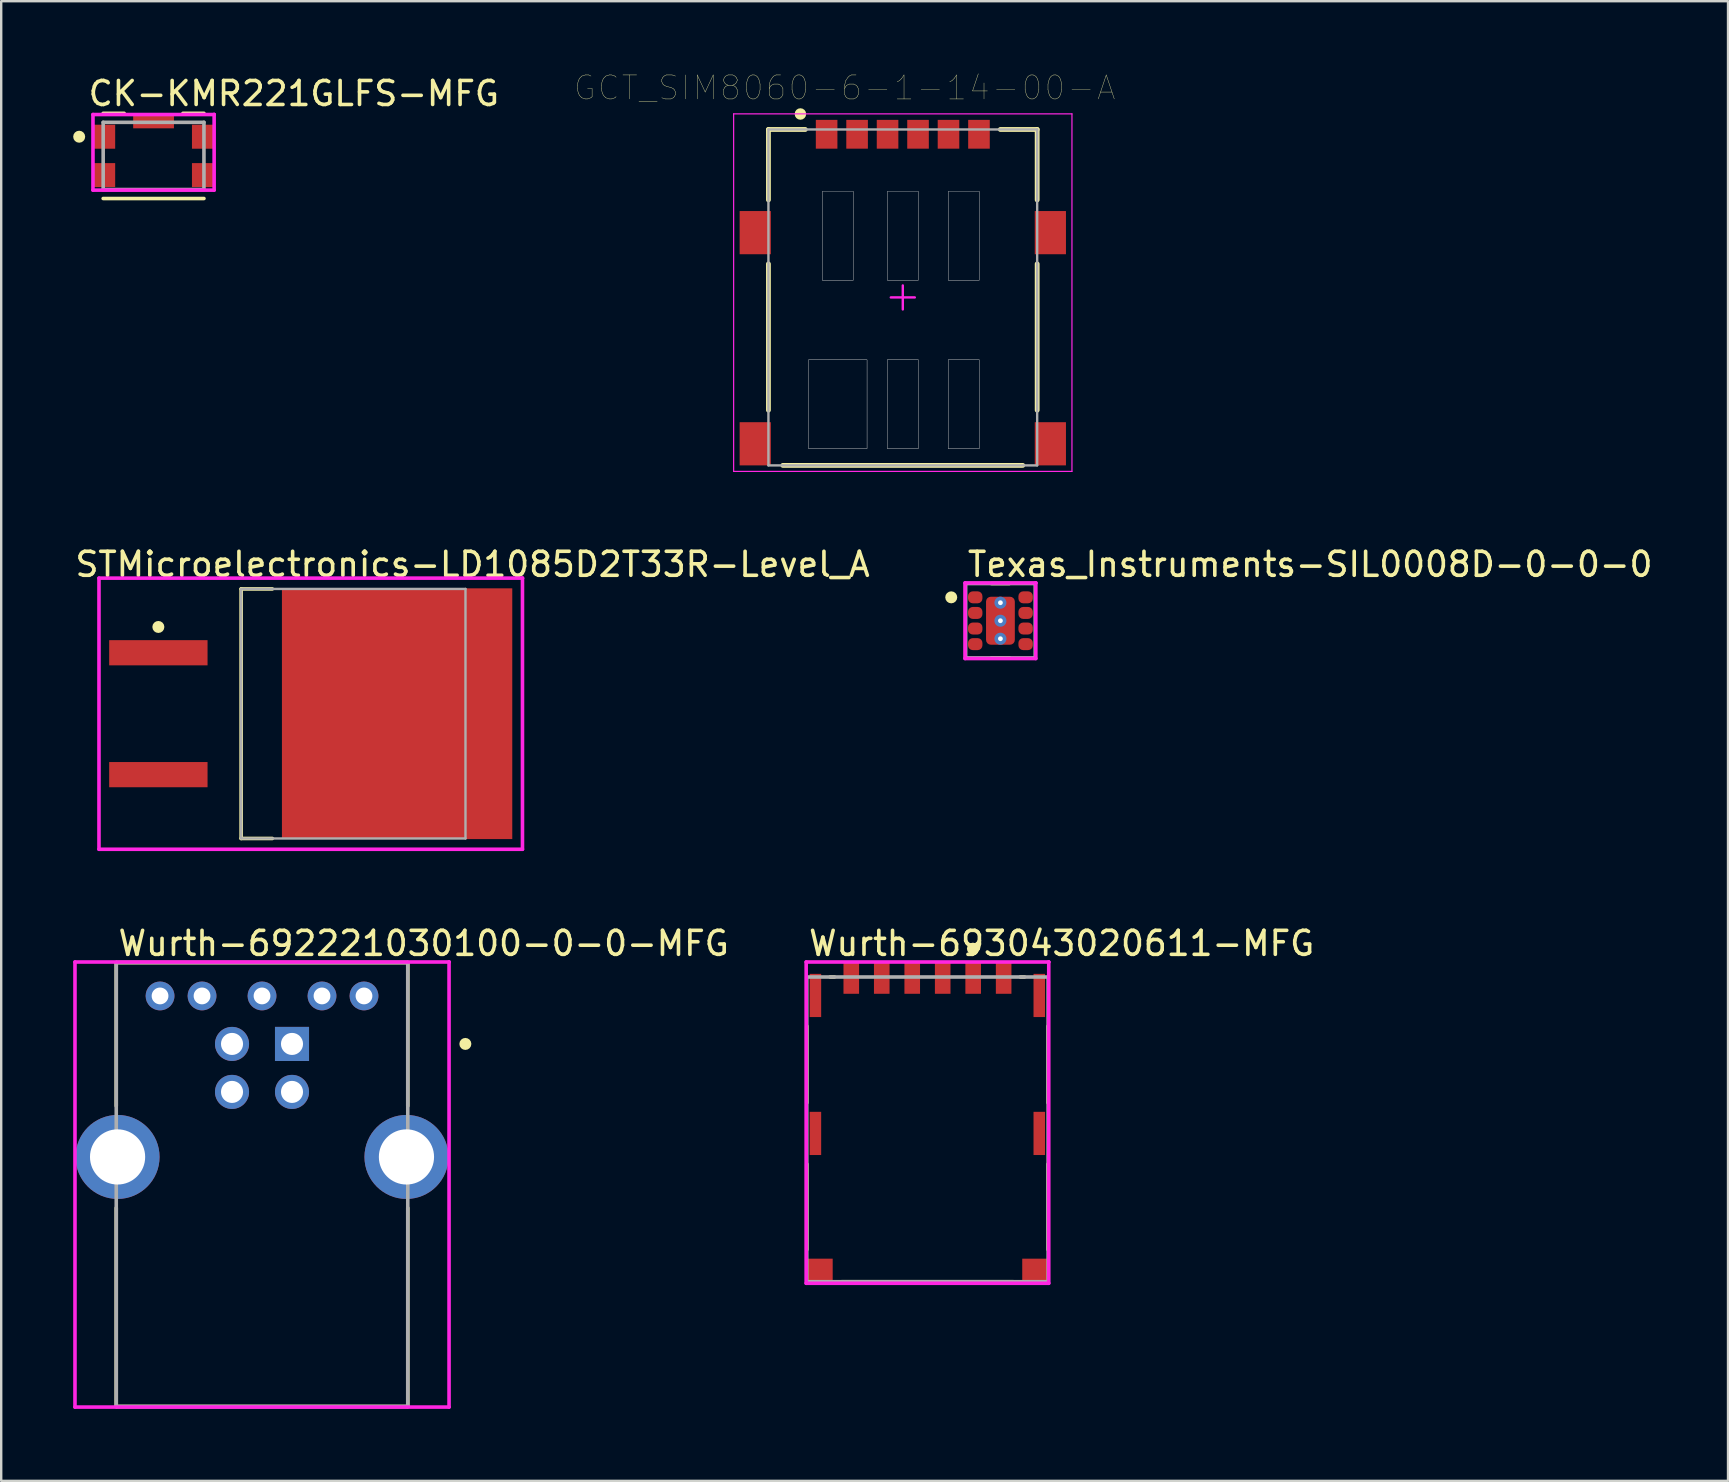
<source format=kicad_pcb>
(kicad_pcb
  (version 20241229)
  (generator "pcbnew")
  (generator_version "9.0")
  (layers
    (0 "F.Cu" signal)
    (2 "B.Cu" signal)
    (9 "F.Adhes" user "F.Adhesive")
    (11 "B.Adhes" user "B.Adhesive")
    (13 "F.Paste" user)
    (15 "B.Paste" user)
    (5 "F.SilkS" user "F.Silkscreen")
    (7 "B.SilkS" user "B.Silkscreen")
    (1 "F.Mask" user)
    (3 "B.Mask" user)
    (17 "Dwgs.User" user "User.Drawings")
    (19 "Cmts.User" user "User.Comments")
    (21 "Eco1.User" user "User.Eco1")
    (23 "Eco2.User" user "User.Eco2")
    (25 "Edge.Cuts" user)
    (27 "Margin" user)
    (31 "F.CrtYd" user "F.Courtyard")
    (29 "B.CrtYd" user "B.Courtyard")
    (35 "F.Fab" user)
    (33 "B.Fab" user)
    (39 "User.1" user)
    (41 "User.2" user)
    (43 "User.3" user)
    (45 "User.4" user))
  (footprint "GCT_SIM8060-6-1-14-00-A"
    (layer "F.Cu")
    (at 34.576 9.346)
    (property "Reference" "GCT_SIM8060-6-1-14-00-A" (at -2.425 -8.735 0) (layer "F.SilkS") (effects (font (size 1 1) (thickness 0.015))))
    (attr through_hole)
    (fp_line (start -5.6 -7) (end -4.064 -7) (stroke (width 0.2) (type solid)) (layer "F.SilkS"))
    (fp_line (start -5.6 -4.064) (end -5.6 -7) (stroke (width 0.2) (type solid)) (layer "F.SilkS"))
    (fp_line (start -5.6 -1.397) (end -5.6 4.699) (stroke (width 0.2) (type solid)) (layer "F.SilkS"))
    (fp_line (start -5 7) (end 5 7) (stroke (width 0.2) (type solid)) (layer "F.SilkS"))
    (fp_line (start 4.064 -7) (end 5.6 -7) (stroke (width 0.2) (type solid)) (layer "F.SilkS"))
    (fp_line (start 5.6 -7) (end 5.6 -4.064) (stroke (width 0.2) (type solid)) (layer "F.SilkS"))
    (fp_line (start 5.6 4.699) (end 5.6 -1.397) (stroke (width 0.2) (type solid)) (layer "F.SilkS"))
    (fp_circle (center -4.267 -7.645) (end -4.147 -7.645) (stroke (width 0.24) (type solid)) (fill no) (layer "F.SilkS"))
    (fp_poly (pts (xy -3.93 2.6) (xy -1.49 2.6) (xy -1.49 6.3) (xy -3.93 6.3)) (stroke (width 0.01) (type solid)) (fill no) (layer "Dwgs.User"))
    (fp_poly (pts (xy -3.93 2.6) (xy -1.49 2.6) (xy -1.49 6.3) (xy -3.93 6.3)) (stroke (width 0.01) (type solid)) (fill no) (layer "Dwgs.User"))
    (fp_poly (pts (xy -3.36 -4.42) (xy -2.06 -4.42) (xy -2.06 -0.72) (xy -3.36 -0.72)) (stroke (width 0.01) (type solid)) (fill no) (layer "Dwgs.User"))
    (fp_poly (pts (xy -3.36 -4.42) (xy -2.06 -4.42) (xy -2.06 -0.72) (xy -3.36 -0.72)) (stroke (width 0.01) (type solid)) (fill no) (layer "Dwgs.User"))
    (fp_poly (pts (xy -0.65 -4.42) (xy 0.65 -4.42) (xy 0.65 -0.72) (xy -0.65 -0.72)) (stroke (width 0.01) (type solid)) (fill no) (layer "Dwgs.User"))
    (fp_poly (pts (xy -0.65 -4.42) (xy 0.65 -4.42) (xy 0.65 -0.72) (xy -0.65 -0.72)) (stroke (width 0.01) (type solid)) (fill no) (layer "Dwgs.User"))
    (fp_poly (pts (xy -0.65 2.6) (xy 0.65 2.6) (xy 0.65 6.3) (xy -0.65 6.3)) (stroke (width 0.01) (type solid)) (fill no) (layer "Dwgs.User"))
    (fp_poly (pts (xy -0.65 2.6) (xy 0.65 2.6) (xy 0.65 6.3) (xy -0.65 6.3)) (stroke (width 0.01) (type solid)) (fill no) (layer "Dwgs.User"))
    (fp_poly (pts (xy 1.89 -4.42) (xy 3.19 -4.42) (xy 3.19 -0.72) (xy 1.89 -0.72)) (stroke (width 0.01) (type solid)) (fill no) (layer "Dwgs.User"))
    (fp_poly (pts (xy 1.89 -4.42) (xy 3.19 -4.42) (xy 3.19 -0.72) (xy 1.89 -0.72)) (stroke (width 0.01) (type solid)) (fill no) (layer "Dwgs.User"))
    (fp_poly (pts (xy 1.89 2.6) (xy 3.19 2.6) (xy 3.19 6.3) (xy 1.89 6.3)) (stroke (width 0.01) (type solid)) (fill no) (layer "Dwgs.User"))
    (fp_poly (pts (xy 1.89 2.6) (xy 3.19 2.6) (xy 3.19 6.3) (xy 1.89 6.3)) (stroke (width 0.01) (type solid)) (fill no) (layer "Dwgs.User"))
    (fp_line (start -7.05 -7.65) (end 7.05 -7.65) (stroke (width 0.05) (type solid)) (layer "F.CrtYd"))
    (fp_line (start -7.05 7.25) (end -7.05 -7.65) (stroke (width 0.05) (type solid)) (layer "F.CrtYd"))
    (fp_line (start -0.5 0) (end 0.5 0) (stroke (width 0.1) (type solid)) (layer "F.CrtYd"))
    (fp_line (start 0 -0.5) (end 0 0.5) (stroke (width 0.1) (type solid)) (layer "F.CrtYd"))
    (fp_line (start 7.05 -7.65) (end 7.05 7.25) (stroke (width 0.05) (type solid)) (layer "F.CrtYd"))
    (fp_line (start 7.05 7.25) (end -7.05 7.25) (stroke (width 0.05) (type solid)) (layer "F.CrtYd"))
    (fp_line (start -5.6 -7) (end 5.6 -7) (stroke (width 0.1) (type solid)) (layer "F.Fab"))
    (fp_line (start -5.6 7) (end -5.6 -7) (stroke (width 0.1) (type solid)) (layer "F.Fab"))
    (fp_line (start 5.6 -7) (end 5.6 7) (stroke (width 0.1) (type solid)) (layer "F.Fab"))
    (fp_line (start 5.6 7) (end -5.6 7) (stroke (width 0.1) (type solid)) (layer "F.Fab"))
    (pad "C1" smd rect (at -3.175 -6.8) (size 0.9 1.2) (layers "F.Cu" "F.Mask" "F.Paste"))
    (pad "C2" smd rect (at -0.635 -6.8) (size 0.9 1.2) (layers "F.Cu" "F.Mask" "F.Paste"))
    (pad "C3" smd rect (at 1.905 -6.8) (size 0.9 1.2) (layers "F.Cu" "F.Mask" "F.Paste"))
    (pad "C5" smd rect (at -1.905 -6.8) (size 0.9 1.2) (layers "F.Cu" "F.Mask" "F.Paste"))
    (pad "C6" smd rect (at 0.635 -6.8) (size 0.9 1.2) (layers "F.Cu" "F.Mask" "F.Paste"))
    (pad "C7" smd rect (at 3.175 -6.8) (size 0.9 1.2) (layers "F.Cu" "F.Mask" "F.Paste"))
    (pad "S1" smd rect (at -6.15 -2.7) (size 1.3 1.8) (layers "F.Cu" "F.Mask" "F.Paste"))
    (pad "S2" smd rect (at 6.15 -2.7) (size 1.3 1.8) (layers "F.Cu" "F.Mask" "F.Paste"))
    (pad "S3" smd rect (at 6.15 6.1) (size 1.3 1.8) (layers "F.Cu" "F.Mask" "F.Paste"))
    (pad "SW" smd rect (at -6.15 6.1) (size 1.3 1.8) (layers "F.Cu" "F.Mask" "F.Paste")))
  (footprint "Wurth-693043020611-MFG"
    (layer "F.Cu")
    (at 35.604 44.018)
    (property "Reference" "Wurth-693043020611-MFG" (at -5.03 -7.75 0) (layer "F.SilkS") (effects (font (size 1 1) (thickness 0.15)) (justify left)))
    (attr through_hole)
    (fp_line (start -5.03 -1.105) (end -5.03 -4.305) (stroke (width 0.15) (type solid)) (layer "F.SilkS"))
    (fp_line (start -5.03 5.015) (end -5.03 1.445) (stroke (width 0.15) (type solid)) (layer "F.SilkS"))
    (fp_line (start -4.055 -6.35) (end -3.875 -6.35) (stroke (width 0.15) (type solid)) (layer "F.SilkS"))
    (fp_line (start -3.575 6.35) (end 3.575 6.35) (stroke (width 0.15) (type solid)) (layer "F.SilkS"))
    (fp_line (start 3.875 -6.35) (end 4.045 -6.35) (stroke (width 0.15) (type solid)) (layer "F.SilkS"))
    (fp_line (start 5.03 -1.105) (end 5.03 -4.305) (stroke (width 0.15) (type solid)) (layer "F.SilkS"))
    (fp_line (start 5.03 5.015) (end 5.03 1.445) (stroke (width 0.15) (type solid)) (layer "F.SilkS"))
    (fp_circle (center 1.895 -7.53) (end 2.02 -7.53) (stroke (width 0.25) (type solid)) (fill no) (layer "F.SilkS"))
    (fp_line (start -5.055 -6.975) (end -5.055 6.415) (stroke (width 0.15) (type solid)) (layer "F.CrtYd"))
    (fp_line (start -5.055 6.415) (end 5.055 6.415) (stroke (width 0.15) (type solid)) (layer "F.CrtYd"))
    (fp_line (start 5.055 -6.975) (end -5.055 -6.975) (stroke (width 0.15) (type solid)) (layer "F.CrtYd"))
    (fp_line (start 5.055 -6.975) (end 5.055 -6.975) (stroke (width 0.15) (type solid)) (layer "F.CrtYd"))
    (fp_line (start 5.055 6.415) (end 5.055 -6.975) (stroke (width 0.15) (type solid)) (layer "F.CrtYd"))
    (fp_line (start -5.03 -6.35) (end 5.03 -6.35) (stroke (width 0.15) (type solid)) (layer "F.Fab"))
    (fp_line (start -5.03 6.35) (end -5.03 -6.35) (stroke (width 0.15) (type solid)) (layer "F.Fab"))
    (fp_line (start 5.03 -6.35) (end 5.03 6.35) (stroke (width 0.15) (type solid)) (layer "F.Fab"))
    (fp_line (start 5.03 6.35) (end -5.03 6.35) (stroke (width 0.15) (type solid)) (layer "F.Fab"))
    (pad "1" smd rect (at -4.67 -5.58) (size 0.48 1.8) (layers "F.Cu" "F.Mask" "F.Paste"))
    (pad "2" smd rect (at 4.66 -5.58) (size 0.48 1.8) (layers "F.Cu" "F.Mask" "F.Paste"))
    (pad "3" smd rect (at -4.67 0.17) (size 0.48 1.8) (layers "F.Cu" "F.Mask" "F.Paste"))
    (pad "4" smd rect (at 4.66 0.17) (size 0.48 1.8) (layers "F.Cu" "F.Mask" "F.Paste"))
    (pad "5" smd rect (at -4.465 5.89) (size 1.03 1) (layers "F.Cu" "F.Mask" "F.Paste"))
    (pad "6" smd rect (at 4.465 5.89) (size 1.03 1) (layers "F.Cu" "F.Mask" "F.Paste"))
    (pad "C1" smd rect (at 1.905 -6.3) (size 0.65 1.3) (layers "F.Cu" "F.Mask" "F.Paste"))
    (pad "C2" smd rect (at -0.635 -6.3) (size 0.65 1.3) (layers "F.Cu" "F.Mask" "F.Paste"))
    (pad "C3" smd rect (at -1.905 -6.3) (size 0.65 1.3) (layers "F.Cu" "F.Mask" "F.Paste"))
    (pad "C5" smd rect (at 3.175 -6.3) (size 0.65 1.3) (layers "F.Cu" "F.Mask" "F.Paste"))
    (pad "C6" smd rect (at 0.635 -6.3) (size 0.65 1.3) (layers "F.Cu" "F.Mask" "F.Paste"))
    (pad "C7" smd rect (at -3.175 -6.3) (size 0.65 1.3) (layers "F.Cu" "F.Mask" "F.Paste")))
  (footprint "Wurth-692221030100-0-0-MFG"
    (layer "F.Cu")
    (at 7.87 46.318)
    (property "Reference" "Wurth-692221030100-0-0-MFG" (at -6.075 -10.05 0) (layer "F.SilkS") (effects (font (size 1 1) (thickness 0.15)) (justify left)))
    (attr through_hole)
    (fp_line (start -6.075 -9.25) (end 6.075 -9.25) (stroke (width 0.15) (type solid)) (layer "F.SilkS"))
    (fp_line (start -6.075 -3.275) (end -6.075 -9.25) (stroke (width 0.15) (type solid)) (layer "F.SilkS"))
    (fp_line (start -6.075 9.25) (end -6.075 0.975) (stroke (width 0.15) (type solid)) (layer "F.SilkS"))
    (fp_line (start -6.075 9.25) (end 6.075 9.25) (stroke (width 0.15) (type solid)) (layer "F.SilkS"))
    (fp_line (start 6.075 -3.275) (end 6.075 -9.25) (stroke (width 0.15) (type solid)) (layer "F.SilkS"))
    (fp_line (start 6.075 9.25) (end 6.075 0.975) (stroke (width 0.15) (type solid)) (layer "F.SilkS"))
    (fp_circle (center 8.475 -5.86) (end 8.6 -5.86) (stroke (width 0.25) (type solid)) (fill no) (layer "F.SilkS"))
    (fp_line (start -7.795 -9.275) (end -7.795 9.275) (stroke (width 0.15) (type solid)) (layer "F.CrtYd"))
    (fp_line (start -7.795 9.275) (end 7.795 9.275) (stroke (width 0.15) (type solid)) (layer "F.CrtYd"))
    (fp_line (start 7.795 -9.275) (end -7.795 -9.275) (stroke (width 0.15) (type solid)) (layer "F.CrtYd"))
    (fp_line (start 7.795 -9.275) (end 7.795 -9.275) (stroke (width 0.15) (type solid)) (layer "F.CrtYd"))
    (fp_line (start 7.795 9.275) (end 7.795 -9.275) (stroke (width 0.15) (type solid)) (layer "F.CrtYd"))
    (fp_line (start -6.075 -9.25) (end 6.075 -9.25) (stroke (width 0.15) (type solid)) (layer "F.Fab"))
    (fp_line (start -6.075 9.25) (end -6.075 -9.25) (stroke (width 0.15) (type solid)) (layer "F.Fab"))
    (fp_line (start 6.075 -9.25) (end 6.075 9.25) (stroke (width 0.15) (type solid)) (layer "F.Fab"))
    (fp_line (start 6.075 9.25) (end -6.075 9.25) (stroke (width 0.15) (type solid)) (layer "F.Fab"))
    (pad "1" thru_hole rect (at 1.25 -5.86) (size 1.42 1.42) (drill 0.92) (layers "*.Cu"))
    (pad "2" thru_hole circle (at -1.25 -5.86) (size 1.42 1.42) (drill 0.92) (layers "*.Cu"))
    (pad "3" thru_hole circle (at -1.25 -3.86) (size 1.42 1.42) (drill 0.92) (layers "*.Cu"))
    (pad "4" thru_hole circle (at 1.25 -3.86) (size 1.42 1.42) (drill 0.92) (layers "*.Cu"))
    (pad "5" thru_hole circle (at -4.25 -7.86) (size 1.2 1.2) (drill 0.7) (layers "*.Cu"))
    (pad "6" thru_hole circle (at -2.5 -7.86) (size 1.2 1.2) (drill 0.7) (layers "*.Cu"))
    (pad "7" thru_hole circle (at 0 -7.86) (size 1.2 1.2) (drill 0.7) (layers "*.Cu"))
    (pad "8" thru_hole circle (at 2.5 -7.86) (size 1.2 1.2) (drill 0.7) (layers "*.Cu"))
    (pad "9" thru_hole circle (at 4.25 -7.86) (size 1.2 1.2) (drill 0.7) (layers "*.Cu"))
    (pad "10" thru_hole circle (at -6.02 -1.15) (size 3.5 3.5) (drill 2.3) (layers "*.Cu"))
    (pad "11" thru_hole circle (at 6.02 -1.15) (size 3.5 3.5) (drill 2.3) (layers "*.Cu")))
  (footprint "CK-KMR221GLFS-MFG"
    (layer "F.Cu")
    (at 3.35 3.448)
    (property "Reference" "CK-KMR221GLFS-MFG" (at -2.8 -2.6 0) (layer "F.SilkS") (effects (font (size 1 1) (thickness 0.15)) (justify left)))
    (attr through_hole)
    (fp_line (start -2.1 -1.775) (end -1.225 -1.775) (stroke (width 0.15) (type solid)) (layer "F.SilkS"))
    (fp_line (start -2.1 1.775) (end 2.1 1.775) (stroke (width 0.15) (type solid)) (layer "F.SilkS"))
    (fp_line (start 2.1 -1.775) (end 1.225 -1.775) (stroke (width 0.15) (type solid)) (layer "F.SilkS"))
    (fp_circle (center -3.1 -0.8) (end -2.975 -0.8) (stroke (width 0.25) (type solid)) (fill no) (layer "F.SilkS"))
    (fp_line (start -2.525 -1.725) (end -2.525 1.425) (stroke (width 0.15) (type solid)) (layer "F.CrtYd"))
    (fp_line (start -2.525 1.425) (end 2.525 1.425) (stroke (width 0.15) (type solid)) (layer "F.CrtYd"))
    (fp_line (start 2.525 -1.725) (end -2.525 -1.725) (stroke (width 0.15) (type solid)) (layer "F.CrtYd"))
    (fp_line (start 2.525 -1.725) (end 2.525 -1.725) (stroke (width 0.15) (type solid)) (layer "F.CrtYd"))
    (fp_line (start 2.525 1.425) (end 2.525 -1.725) (stroke (width 0.15) (type solid)) (layer "F.CrtYd"))
    (fp_line (start -2.1 -1.4) (end 2.1 -1.4) (stroke (width 0.15) (type solid)) (layer "F.Fab"))
    (fp_line (start -2.1 1.4) (end -2.1 -1.4) (stroke (width 0.15) (type solid)) (layer "F.Fab"))
    (fp_line (start 2.1 -1.4) (end 2.1 1.4) (stroke (width 0.15) (type solid)) (layer "F.Fab"))
    (fp_line (start 2.1 1.4) (end -2.1 1.4) (stroke (width 0.15) (type solid)) (layer "F.Fab"))
    (pad "1" smd rect (at -2.05 -0.8) (size 0.9 1) (layers "F.Cu" "F.Mask" "F.Paste"))
    (pad "2" smd rect (at 2.05 -0.8) (size 0.9 1) (layers "F.Cu" "F.Mask" "F.Paste"))
    (pad "3" smd rect (at -2.05 0.8) (size 0.9 1) (layers "F.Cu" "F.Mask" "F.Paste"))
    (pad "4" smd rect (at 2.05 0.8) (size 0.9 1) (layers "F.Cu" "F.Mask" "F.Paste"))
    (pad "5" smd rect (at 0 -1.425) (size 1.7 0.55) (layers "F.Cu" "F.Mask" "F.Paste")))
  (footprint "STMicroelectronics-LD1085D2T33R-Level_A"
    (layer "F.Cu")
    (at 9.9 26.695)
    (property "Reference" "STMicroelectronics-LD1085D2T33R-Level_A" (at -9.9 -6.225 0) (layer "F.SilkS") (effects (font (size 1 1) (thickness 0.15)) (justify left)))
    (attr through_hole)
    (fp_line (start -2.9 -5.2) (end -1.6 -5.2) (stroke (width 0.15) (type solid)) (layer "F.SilkS"))
    (fp_line (start -2.9 5.2) (end -2.9 -5.2) (stroke (width 0.15) (type solid)) (layer "F.SilkS"))
    (fp_line (start -2.9 5.2) (end -1.6 5.2) (stroke (width 0.15) (type solid)) (layer "F.SilkS"))
    (fp_circle (center -6.35 -3.615) (end -6.225 -3.615) (stroke (width 0.25) (type solid)) (fill no) (layer "F.SilkS"))
    (fp_line (start -8.825 -5.65) (end -8.825 5.65) (stroke (width 0.15) (type solid)) (layer "F.CrtYd"))
    (fp_line (start -8.825 5.65) (end 8.825 5.65) (stroke (width 0.15) (type solid)) (layer "F.CrtYd"))
    (fp_line (start 8.825 -5.65) (end -8.825 -5.65) (stroke (width 0.15) (type solid)) (layer "F.CrtYd"))
    (fp_line (start 8.825 -5.65) (end 8.825 -5.65) (stroke (width 0.15) (type solid)) (layer "F.CrtYd"))
    (fp_line (start 8.825 5.65) (end 8.825 -5.65) (stroke (width 0.15) (type solid)) (layer "F.CrtYd"))
    (fp_line (start -2.9 -5.2) (end 6.45 -5.2) (stroke (width 0.1) (type solid)) (layer "F.Fab"))
    (fp_line (start -2.9 5.2) (end -2.9 -5.2) (stroke (width 0.1) (type solid)) (layer "F.Fab"))
    (fp_line (start -2.9 5.2) (end 6.45 5.2) (stroke (width 0.1) (type solid)) (layer "F.Fab"))
    (fp_line (start 6.45 5.2) (end 6.45 -5.2) (stroke (width 0.1) (type solid)) (layer "F.Fab"))
    (pad "1" smd rect (at -6.35 -2.54 270) (size 1.05 4.1) (layers "F.Cu" "F.Mask" "F.Paste"))
    (pad "3" smd rect (at -6.35 2.54 270) (size 1.05 4.1) (layers "F.Cu" "F.Mask" "F.Paste"))
    (pad "4" smd rect (at 3.6 -0.000001 270) (size 10.45 9.6) (layers "F.Cu" "F.Mask" "F.Paste")))
  (footprint "Texas_Instruments-SIL0008D-0-0-0"
    (layer "F.Cu")
    (at 38.645 22.82)
    (property "Reference" "Texas_Instruments-SIL0008D-0-0-0" (at -1.45 -2.35 0) (layer "F.SilkS") (effects (font (size 1 1) (thickness 0.15)) (justify left)))
    (attr through_hole)
    (fp_line (start -0.375 -1.55) (end 0.375 -1.55) (stroke (width 0.15) (type solid)) (layer "F.SilkS"))
    (fp_line (start -0.375 1.55) (end 0.375 1.55) (stroke (width 0.15) (type solid)) (layer "F.SilkS"))
    (fp_circle (center -2.05 -0.975) (end -1.925 -0.975) (stroke (width 0.25) (type solid)) (fill no) (layer "F.SilkS"))
    (fp_line (start -1.475 -1.575) (end -1.475 1.575) (stroke (width 0.15) (type solid)) (layer "F.CrtYd"))
    (fp_line (start -1.475 1.575) (end 1.475 1.575) (stroke (width 0.15) (type solid)) (layer "F.CrtYd"))
    (fp_line (start 1.475 -1.575) (end -1.475 -1.575) (stroke (width 0.15) (type solid)) (layer "F.CrtYd"))
    (fp_line (start 1.475 -1.575) (end 1.475 -1.575) (stroke (width 0.15) (type solid)) (layer "F.CrtYd"))
    (fp_line (start 1.475 1.575) (end 1.475 -1.575) (stroke (width 0.15) (type solid)) (layer "F.CrtYd"))
    (fp_line (start -1.45 -1.55) (end 1.45 -1.55) (stroke (width 0.15) (type solid)) (layer "F.Fab"))
    (fp_line (start -1.45 1.55) (end -1.45 -1.55) (stroke (width 0.15) (type solid)) (layer "F.Fab"))
    (fp_line (start 1.45 -1.55) (end 1.45 1.55) (stroke (width 0.15) (type solid)) (layer "F.Fab"))
    (fp_line (start 1.45 1.55) (end -1.45 1.55) (stroke (width 0.15) (type solid)) (layer "F.Fab"))
    (pad "" smd roundrect (at -1.05 -0.975) (size 0.5 0.4) (layers "F.Mask" "F.Paste") (roundrect_rratio 0.25))
    (pad "" smd roundrect (at -1.05 -0.325) (size 0.5 0.4) (layers "F.Mask" "F.Paste") (roundrect_rratio 0.25))
    (pad "" smd roundrect (at -1.05 0.325) (size 0.5 0.4) (layers "F.Mask" "F.Paste") (roundrect_rratio 0.25))
    (pad "" smd roundrect (at -1.05 0.975) (size 0.5 0.4) (layers "F.Mask" "F.Paste") (roundrect_rratio 0.25))
    (pad "" smd roundrect (at 0 -0.525) (size 1.04 0.85) (layers "F.Paste") (roundrect_rratio 0.118))
    (pad "" smd roundrect (at 0 0) (size 1.1 1.9) (layers "F.Mask") (roundrect_rratio 0.091))
    (pad "" smd roundrect (at 0 0.525) (size 1.04 0.85) (layers "F.Paste") (roundrect_rratio 0.118))
    (pad "" smd roundrect (at 1.05 -0.975) (size 0.5 0.4) (layers "F.Mask" "F.Paste") (roundrect_rratio 0.25))
    (pad "" smd roundrect (at 1.05 -0.325) (size 0.5 0.4) (layers "F.Mask" "F.Paste") (roundrect_rratio 0.25))
    (pad "" smd roundrect (at 1.05 0.325) (size 0.5 0.4) (layers "F.Mask" "F.Paste") (roundrect_rratio 0.25))
    (pad "" smd roundrect (at 1.05 0.975) (size 0.5 0.4) (layers "F.Mask" "F.Paste") (roundrect_rratio 0.25))
    (pad "1" smd roundrect (at -1.05 -0.975) (size 0.6 0.5) (layers "F.Cu") (roundrect_rratio 0.4))
    (pad "2" smd roundrect (at -1.05 -0.325) (size 0.6 0.5) (layers "F.Cu") (roundrect_rratio 0.4))
    (pad "3" smd roundrect (at -1.05 0.325) (size 0.6 0.5) (layers "F.Cu") (roundrect_rratio 0.4))
    (pad "4" smd roundrect (at -1.05 0.975) (size 0.6 0.5) (layers "F.Cu") (roundrect_rratio 0.4))
    (pad "5" smd roundrect (at 1.05 0.975) (size 0.6 0.5) (layers "F.Cu") (roundrect_rratio 0.4))
    (pad "6" smd roundrect (at 1.05 0.325) (size 0.6 0.5) (layers "F.Cu") (roundrect_rratio 0.4))
    (pad "7" smd roundrect (at 1.05 -0.325) (size 0.6 0.5) (layers "F.Cu") (roundrect_rratio 0.4))
    (pad "8" smd roundrect (at 1.05 -0.975) (size 0.6 0.5) (layers "F.Cu") (roundrect_rratio 0.4))
    (pad "9" smd roundrect (at 0 0) (size 1.2 2) (layers "F.Cu") (roundrect_rratio 0.167))
    (pad "~" thru_hole circle (at 0 -0.75) (size 0.5 0.5) (drill 0.2) (layers "*.Cu"))
    (pad "~" thru_hole circle (at 0 0) (size 0.5 0.5) (drill 0.2) (layers "*.Cu"))
    (pad "~" thru_hole circle (at 0 0.75) (size 0.5 0.5) (drill 0.2) (layers "*.Cu")))
  (gr_rect
    (start -3 -3)
    (end 68.969 58.668)
    (stroke (width 0.1) (type default))
    (fill no)
    (layer "Edge.Cuts")))
</source>
